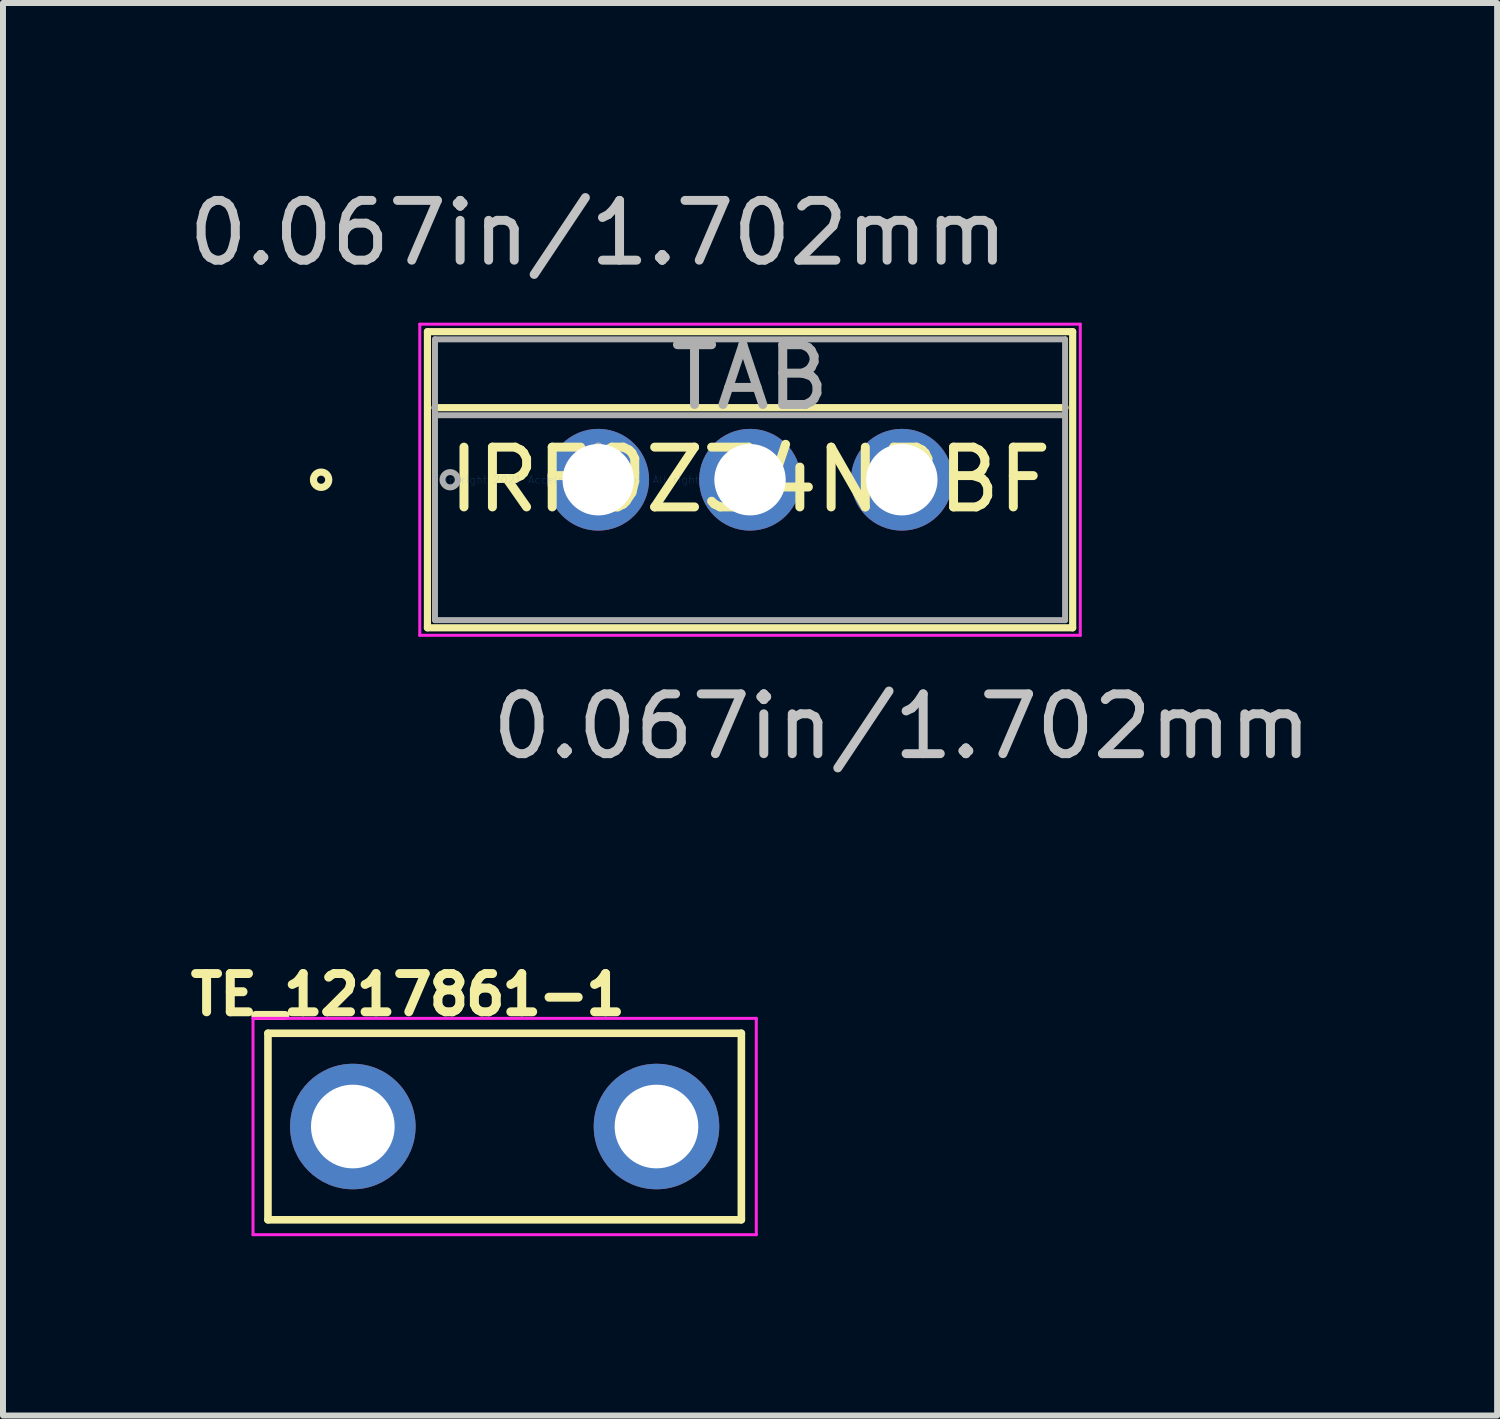
<source format=kicad_pcb>
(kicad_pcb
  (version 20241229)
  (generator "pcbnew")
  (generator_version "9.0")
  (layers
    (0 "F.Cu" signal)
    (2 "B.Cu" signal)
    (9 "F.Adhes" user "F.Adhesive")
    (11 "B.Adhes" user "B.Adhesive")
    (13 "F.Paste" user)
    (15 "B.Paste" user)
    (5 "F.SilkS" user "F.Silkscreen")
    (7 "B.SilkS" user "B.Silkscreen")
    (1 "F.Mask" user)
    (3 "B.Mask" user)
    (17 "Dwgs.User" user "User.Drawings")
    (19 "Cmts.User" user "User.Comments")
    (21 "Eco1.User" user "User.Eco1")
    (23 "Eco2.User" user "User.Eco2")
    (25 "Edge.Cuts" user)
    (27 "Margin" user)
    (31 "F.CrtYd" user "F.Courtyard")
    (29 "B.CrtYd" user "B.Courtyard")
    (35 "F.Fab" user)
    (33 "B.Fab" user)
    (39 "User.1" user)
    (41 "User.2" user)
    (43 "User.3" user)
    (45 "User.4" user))
  (footprint "TE_1217861-1"
    (layer "F.Cu")
    (at 5.393 15.797)
    (property "Reference" "TE_1217861-1" (at -1.619 -2.208 0) (layer "F.SilkS") (effects (font (size 0.64 0.64) (thickness 0.15))))
    (attr through_hole)
    (fp_line (start -3.96 -1.56) (end 3.96 -1.56) (stroke (width 0.127) (type solid)) (layer "F.SilkS"))
    (fp_line (start -3.96 1.56) (end -3.96 -1.56) (stroke (width 0.127) (type solid)) (layer "F.SilkS"))
    (fp_line (start 3.96 -1.56) (end 3.96 1.56) (stroke (width 0.127) (type solid)) (layer "F.SilkS"))
    (fp_line (start 3.96 1.56) (end -3.96 1.56) (stroke (width 0.127) (type solid)) (layer "F.SilkS"))
    (fp_line (start -4.21 -1.81) (end 4.21 -1.81) (stroke (width 0.05) (type solid)) (layer "F.CrtYd"))
    (fp_line (start -4.21 1.81) (end -4.21 -1.81) (stroke (width 0.05) (type solid)) (layer "F.CrtYd"))
    (fp_line (start 4.21 -1.81) (end 4.21 1.81) (stroke (width 0.05) (type solid)) (layer "F.CrtYd"))
    (fp_line (start 4.21 1.81) (end -4.21 1.81) (stroke (width 0.05) (type solid)) (layer "F.CrtYd"))
    (pad "1" thru_hole circle (at -2.54 0) (size 2.1 2.1) (drill 1.4) (layers "*.Cu" "*.Mask"))
    (pad "2" thru_hole circle (at 2.54 0) (size 2.1 2.1) (drill 1.4) (layers "*.Cu" "*.Mask")))
  (footprint "IRF9Z34NPBF"
    (layer "F.Cu")
    (at 6.958 4.976)
    (property "Reference" "IRF9Z34NPBF" (at 2.54 0 0) (layer "F.SilkS") (effects (font (size 1 1) (thickness 0.15))))
    (attr through_hole)
    (fp_line (start -2.857 -2.477) (end -2.857 2.477) (stroke (width 0.12) (type solid)) (layer "F.SilkS"))
    (fp_line (start -2.857 2.477) (end 7.938 2.477) (stroke (width 0.12) (type solid)) (layer "F.SilkS"))
    (fp_line (start -2.731 -1.206) (end 7.811 -1.206) (stroke (width 0.12) (type solid)) (layer "F.SilkS"))
    (fp_line (start 7.938 -2.477) (end -2.857 -2.477) (stroke (width 0.12) (type solid)) (layer "F.SilkS"))
    (fp_line (start 7.938 2.477) (end 7.938 -2.477) (stroke (width 0.12) (type solid)) (layer "F.SilkS"))
    (fp_circle (center -4.636 0) (end -4.508 0) (stroke (width 0.12) (type solid)) (fill no) (layer "F.SilkS"))
    (fp_line (start -2.985 -2.603) (end -2.985 2.603) (stroke (width 0.05) (type solid)) (layer "F.CrtYd"))
    (fp_line (start -2.985 2.603) (end 8.065 2.603) (stroke (width 0.05) (type solid)) (layer "F.CrtYd"))
    (fp_line (start 8.065 -2.603) (end -2.985 -2.603) (stroke (width 0.05) (type solid)) (layer "F.CrtYd"))
    (fp_line (start 8.065 2.603) (end 8.065 -2.603) (stroke (width 0.05) (type solid)) (layer "F.CrtYd"))
    (fp_line (start -2.731 -2.349) (end -2.731 2.349) (stroke (width 0.1) (type solid)) (layer "F.Fab"))
    (fp_line (start -2.731 -1.079) (end 7.811 -1.079) (stroke (width 0.1) (type solid)) (layer "F.Fab"))
    (fp_line (start -2.731 2.349) (end 7.811 2.349) (stroke (width 0.1) (type solid)) (layer "F.Fab"))
    (fp_line (start 7.811 -2.349) (end -2.731 -2.349) (stroke (width 0.1) (type solid)) (layer "F.Fab"))
    (fp_line (start 7.811 2.349) (end 7.811 -2.349) (stroke (width 0.1) (type solid)) (layer "F.Fab"))
    (fp_circle (center -2.477 0) (end -2.349 0) (stroke (width 0.1) (type solid)) (fill no) (layer "F.Fab"))
    (fp_text user "*" (at 0 0 0) (layer "F.SilkS") (effects (font (size 1 1) (thickness 0.15))))
    (fp_text user "0.067in/1.702mm" (at 5.08 4.128 0) (layer "Dwgs.User") (effects (font (size 1 1) (thickness 0.15))))
    (fp_text user "0.067in/1.702mm" (at 0 -4.128 0) (layer "Dwgs.User") (effects (font (size 1 1) (thickness 0.15))))
    (fp_text user "Copyright 2021 Accelerated Designs. All rights reserved." (at 0 0 0) (layer "Cmts.User") (effects (font (size 0.127 0.127) (thickness 0.002))))
    (fp_text user "*" (at 0 0 0) (layer "F.Fab") (effects (font (size 1 1) (thickness 0.15))))
    (fp_text user "TAB" (at 2.54 -1.714 0) (layer "F.Fab") (effects (font (size 1 1) (thickness 0.15))))
    (pad "1" thru_hole circle (at 0 0) (size 1.702 1.702) (drill 1.194) (layers "*.Cu" "*.Mask"))
    (pad "2" thru_hole circle (at 2.54 0) (size 1.702 1.702) (drill 1.194) (layers "*.Cu" "*.Mask"))
    (pad "3" thru_hole circle (at 5.08 0) (size 1.702 1.702) (drill 1.194) (layers "*.Cu" "*.Mask")))
  (gr_rect
    (start -3 -3)
    (end 21.997 20.632)
    (stroke (width 0.1) (type default))
    (fill no)
    (layer "Edge.Cuts")))
</source>
